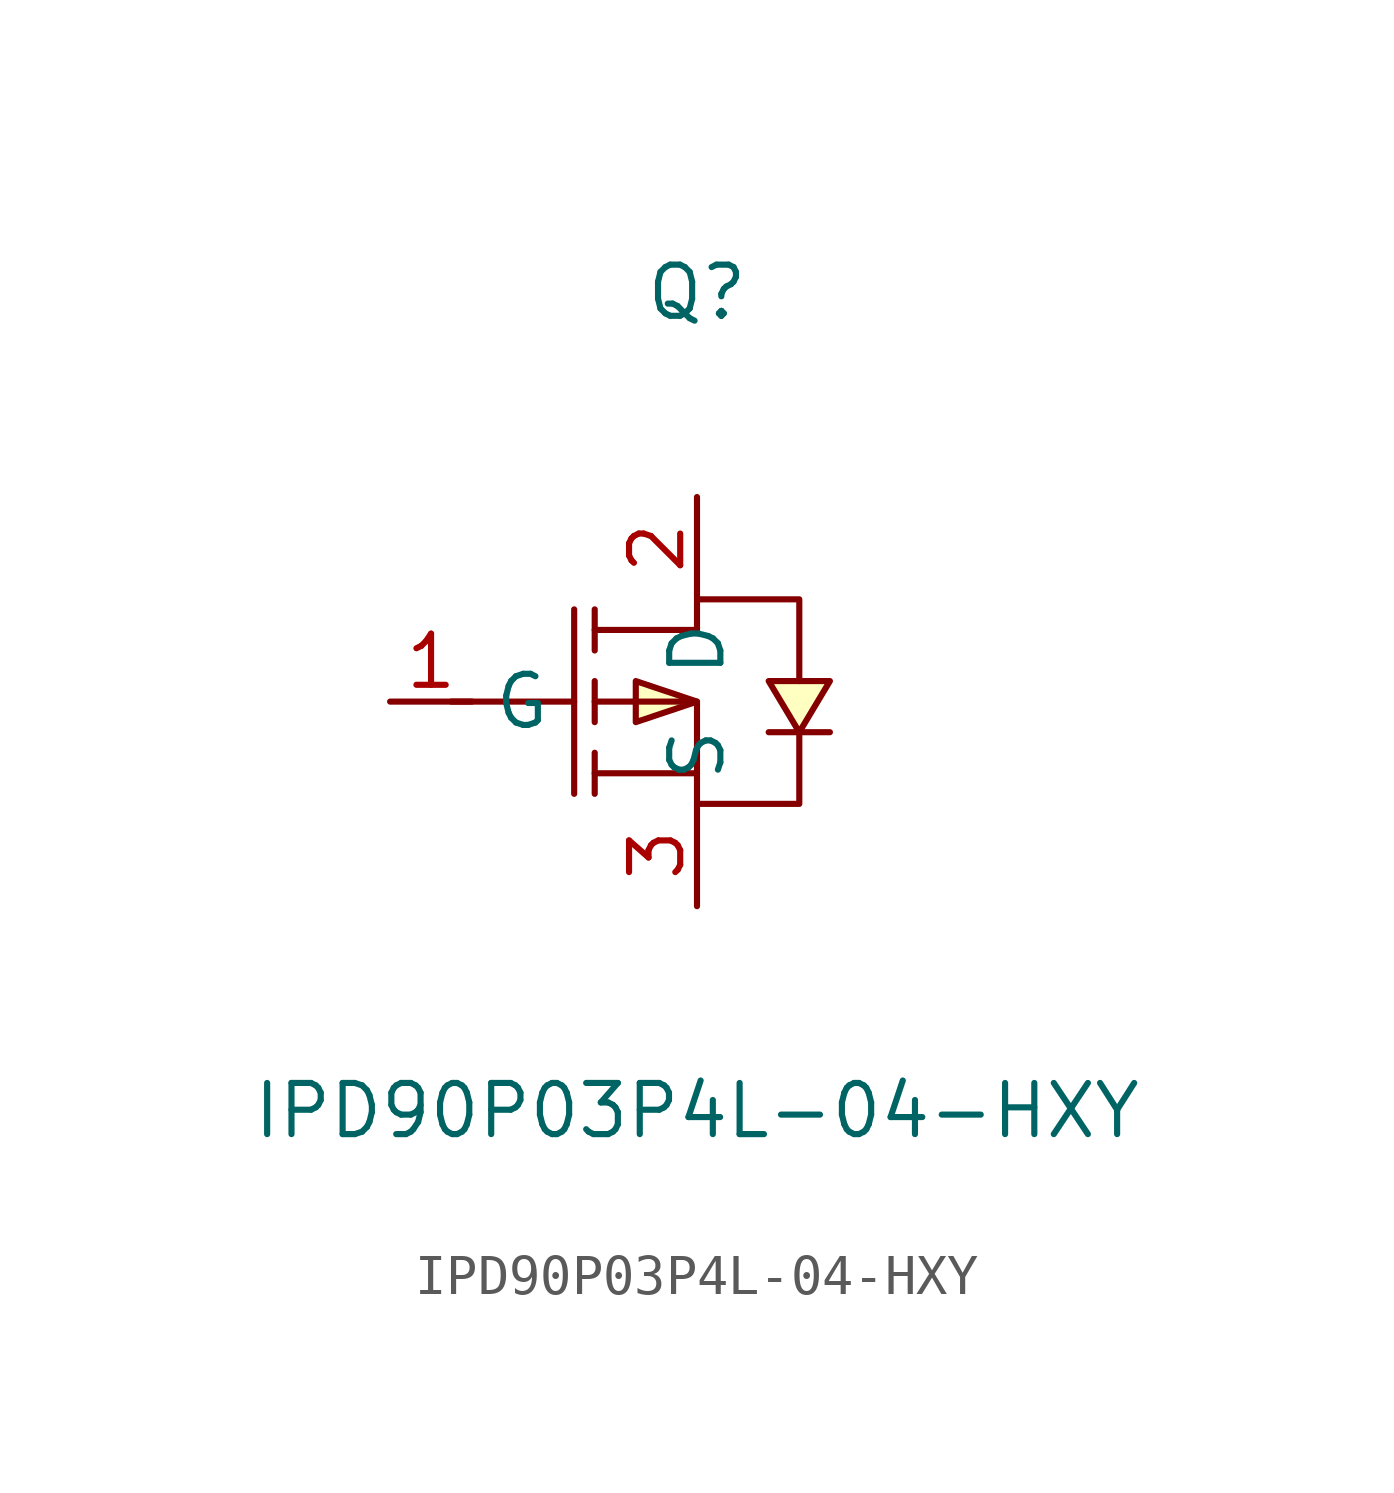
<source format=kicad_sym>
(kicad_symbol_lib
  (version 20211014)
  (generator https://github.com/uPesy/easyeda2kicad.py)
  (symbol "IPD90P03P4L-04-HXY"
    (property "Reference" "Q"
      (at 0 10.16 0)
      (effects (font (size 1.27 1.27))))
    (property "Value" "IPD90P03P4L-04-HXY"
      (at 0 -10.16 0)
      (effects (font (size 1.27 1.27))))
    (symbol "IPD90P03P4L-04-HXY_0_1"
      (polyline (pts (xy -3.05 -0.00) (xy -6.10 -0.00)) (stroke (width 0) (type default) (color 0 0 0 0)) (fill (type none)))
      (polyline (pts (xy -2.54 1.78) (xy 0.00 1.78) (xy 0.00 2.54) (xy 2.54 2.54) (xy 2.54 0.51)) (stroke (width 0) (type default) (color 0 0 0 0)) (fill (type none)))
      (polyline (pts (xy -2.54 -0.00) (xy 0.00 -0.00) (xy 0.00 -2.54) (xy 2.54 -2.54) (xy 2.54 -0.76)) (stroke (width 0) (type default) (color 0 0 0 0)) (fill (type none)))
      (polyline (pts (xy 0.00 -1.78) (xy -2.54 -1.78)) (stroke (width 0) (type default) (color 0 0 0 0)) (fill (type none)))
      (polyline (pts (xy -3.05 2.29) (xy -3.05 -2.29)) (stroke (width 0) (type default) (color 0 0 0 0)) (fill (type none)))
      (polyline (pts (xy -2.54 2.29) (xy -2.54 1.27)) (stroke (width 0) (type default) (color 0 0 0 0)) (fill (type none)))
      (polyline (pts (xy -2.54 -0.51) (xy -2.54 0.51)) (stroke (width 0) (type default) (color 0 0 0 0)) (fill (type none)))
      (polyline (pts (xy -2.54 -2.29) (xy -2.54 -1.27)) (stroke (width 0) (type default) (color 0 0 0 0)) (fill (type none)))
      (polyline (pts (xy 3.30 -0.76) (xy 3.05 -0.76) (xy 2.03 -0.76) (xy 1.78 -0.76)) (stroke (width 0) (type default) (color 0 0 0 0)) (fill (type none)))
      (polyline (pts (xy 0.00 -0.00) (xy -1.52 0.51) (xy -1.52 -0.51) (xy 0.00 -0.00)) (stroke (width 0) (type default) (color 0 0 0 0)) (fill (type background)))
      (polyline (pts (xy 2.54 -0.76) (xy 1.78 0.51) (xy 3.30 0.51) (xy 2.54 -0.76)) (stroke (width 0) (type default) (color 0 0 0 0)) (fill (type background)))
      (pin unspecified line (at 0.00 5.08 270) (length 2.54) (name "D" (effects (font (size 1.27 1.27)))) (number "2" (effects (font (size 1.27 1.27)))))
      (pin unspecified line (at -7.62 -0.00 0) (length 2.032) (name "G" (effects (font (size 1.27 1.27)))) (number "1" (effects (font (size 1.27 1.27)))))
      (pin unspecified line (at 0.00 -5.08 90) (length 2.54) (name "S" (effects (font (size 1.27 1.27)))) (number "3" (effects (font (size 1.27 1.27))))))))
</source>
